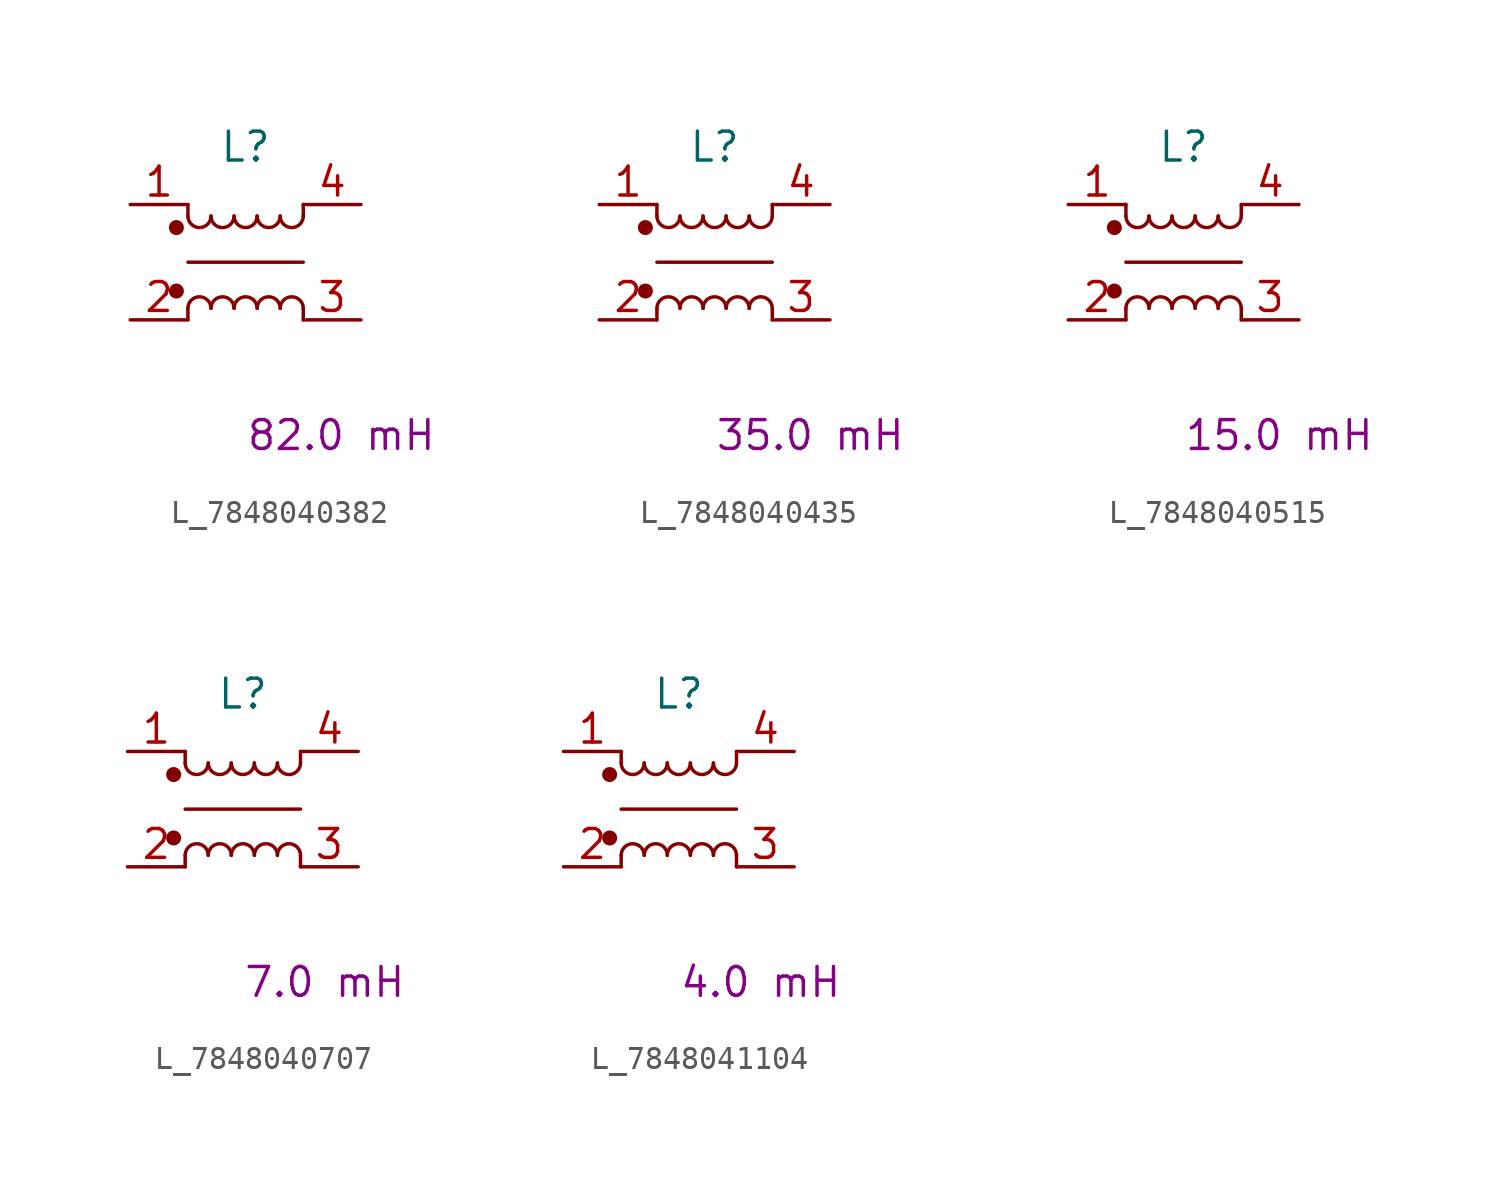
<source format=kicad_sym>
(kicad_symbol_lib
  (version 20220914)
  (generator kicad_symbol_editor)
  (symbol "L_7848040382"
    (pin_names hide)
    (property "Reference" "L"
      (at 0 5.08 0)
      (effects (font (size 1.27 1.27))))
    (property "Critical Parameter" "82.0 mH"
      (at 0 -7.62 0)
      (effects (font (size 1.27 1.27)) (justify left)))
    (symbol "L_7848040382_0_1"
      (circle (center -3.048 -1.27) (radius 0.254) (stroke (width 0) (type default)) (fill (type outline)))
      (circle (center -3.048 1.524) (radius 0.254) (stroke (width 0) (type default)) (fill (type outline)))
      (arc (start -2.54 2.032) (mid -2.032 1.5262) (end -1.524 2.032) (stroke (width 0) (type default)) (fill (type none)))
      (arc (start -1.524 -2.032) (mid -2.032 -1.5262) (end -2.54 -2.032) (stroke (width 0) (type default)) (fill (type none)))
      (arc (start -1.524 2.032) (mid -1.016 1.5262) (end -0.508 2.032) (stroke (width 0) (type default)) (fill (type none)))
      (arc (start -0.508 -2.032) (mid -1.016 -1.5262) (end -1.524 -2.032) (stroke (width 0) (type default)) (fill (type none)))
      (arc (start -0.508 2.032) (mid 0 1.5262) (end 0.508 2.032) (stroke (width 0) (type default)) (fill (type none)))
      (polyline (pts (xy -2.54 -2.032) (xy -2.54 -2.54)) (stroke (width 0) (type default)) (fill (type none)))
      (polyline (pts (xy -2.54 2.032) (xy -2.54 2.54)) (stroke (width 0) (type default)) (fill (type none)))
      (polyline (pts (xy 2.54 -2.032) (xy 2.54 -2.54)) (stroke (width 0) (type default)) (fill (type none)))
      (polyline (pts (xy 2.54 0) (xy -2.54 0)) (stroke (width 0) (type default)) (fill (type none)))
      (polyline (pts (xy 2.54 2.54) (xy 2.54 2.032)) (stroke (width 0) (type default)) (fill (type none)))
      (arc (start 0.508 -2.032) (mid 0 -1.5262) (end -0.508 -2.032) (stroke (width 0) (type default)) (fill (type none)))
      (arc (start 0.508 2.032) (mid 1.016 1.5262) (end 1.524 2.032) (stroke (width 0) (type default)) (fill (type none)))
      (arc (start 1.524 -2.032) (mid 1.016 -1.5262) (end 0.508 -2.032) (stroke (width 0) (type default)) (fill (type none)))
      (arc (start 1.524 2.032) (mid 2.032 1.5262) (end 2.54 2.032) (stroke (width 0) (type default)) (fill (type none)))
      (arc (start 2.54 -2.032) (mid 2.032 -1.5262) (end 1.524 -2.032) (stroke (width 0) (type default)) (fill (type none))))
    (symbol "L_7848040382_1_1"
      (pin passive line (at -5.08 2.54 0) (length 2.54) (name "1" (effects (font (size 1.27 1.27)))) (number "1" (effects (font (size 1.27 1.27)))))
      (pin passive line (at -5.08 -2.54 0) (length 2.54) (name "2" (effects (font (size 1.27 1.27)))) (number "2" (effects (font (size 1.27 1.27)))))
      (pin passive line (at 5.08 -2.54 180) (length 2.54) (name "3" (effects (font (size 1.27 1.27)))) (number "3" (effects (font (size 1.27 1.27)))))
      (pin passive line (at 5.08 2.54 180) (length 2.54) (name "4" (effects (font (size 1.27 1.27)))) (number "4" (effects (font (size 1.27 1.27)))))))
  (symbol "L_7848040435"
    (pin_names hide)
    (property "Reference" "L"
      (at 0 5.08 0)
      (effects (font (size 1.27 1.27))))
    (property "Critical Parameter" "35.0 mH"
      (at 0 -7.62 0)
      (effects (font (size 1.27 1.27)) (justify left)))
    (symbol "L_7848040435_0_1"
      (circle (center -3.048 -1.27) (radius 0.254) (stroke (width 0) (type default)) (fill (type outline)))
      (circle (center -3.048 1.524) (radius 0.254) (stroke (width 0) (type default)) (fill (type outline)))
      (arc (start -2.54 2.032) (mid -2.032 1.5262) (end -1.524 2.032) (stroke (width 0) (type default)) (fill (type none)))
      (arc (start -1.524 -2.032) (mid -2.032 -1.5262) (end -2.54 -2.032) (stroke (width 0) (type default)) (fill (type none)))
      (arc (start -1.524 2.032) (mid -1.016 1.5262) (end -0.508 2.032) (stroke (width 0) (type default)) (fill (type none)))
      (arc (start -0.508 -2.032) (mid -1.016 -1.5262) (end -1.524 -2.032) (stroke (width 0) (type default)) (fill (type none)))
      (arc (start -0.508 2.032) (mid 0 1.5262) (end 0.508 2.032) (stroke (width 0) (type default)) (fill (type none)))
      (polyline (pts (xy -2.54 -2.032) (xy -2.54 -2.54)) (stroke (width 0) (type default)) (fill (type none)))
      (polyline (pts (xy -2.54 2.032) (xy -2.54 2.54)) (stroke (width 0) (type default)) (fill (type none)))
      (polyline (pts (xy 2.54 -2.032) (xy 2.54 -2.54)) (stroke (width 0) (type default)) (fill (type none)))
      (polyline (pts (xy 2.54 0) (xy -2.54 0)) (stroke (width 0) (type default)) (fill (type none)))
      (polyline (pts (xy 2.54 2.54) (xy 2.54 2.032)) (stroke (width 0) (type default)) (fill (type none)))
      (arc (start 0.508 -2.032) (mid 0 -1.5262) (end -0.508 -2.032) (stroke (width 0) (type default)) (fill (type none)))
      (arc (start 0.508 2.032) (mid 1.016 1.5262) (end 1.524 2.032) (stroke (width 0) (type default)) (fill (type none)))
      (arc (start 1.524 -2.032) (mid 1.016 -1.5262) (end 0.508 -2.032) (stroke (width 0) (type default)) (fill (type none)))
      (arc (start 1.524 2.032) (mid 2.032 1.5262) (end 2.54 2.032) (stroke (width 0) (type default)) (fill (type none)))
      (arc (start 2.54 -2.032) (mid 2.032 -1.5262) (end 1.524 -2.032) (stroke (width 0) (type default)) (fill (type none))))
    (symbol "L_7848040435_1_1"
      (pin passive line (at -5.08 2.54 0) (length 2.54) (name "1" (effects (font (size 1.27 1.27)))) (number "1" (effects (font (size 1.27 1.27)))))
      (pin passive line (at -5.08 -2.54 0) (length 2.54) (name "2" (effects (font (size 1.27 1.27)))) (number "2" (effects (font (size 1.27 1.27)))))
      (pin passive line (at 5.08 -2.54 180) (length 2.54) (name "3" (effects (font (size 1.27 1.27)))) (number "3" (effects (font (size 1.27 1.27)))))
      (pin passive line (at 5.08 2.54 180) (length 2.54) (name "4" (effects (font (size 1.27 1.27)))) (number "4" (effects (font (size 1.27 1.27)))))))
  (symbol "L_7848040515"
    (pin_names hide)
    (property "Reference" "L"
      (at 0 5.08 0)
      (effects (font (size 1.27 1.27))))
    (property "Critical Parameter" "15.0 mH"
      (at 0 -7.62 0)
      (effects (font (size 1.27 1.27)) (justify left)))
    (symbol "L_7848040515_0_1"
      (circle (center -3.048 -1.27) (radius 0.254) (stroke (width 0) (type default)) (fill (type outline)))
      (circle (center -3.048 1.524) (radius 0.254) (stroke (width 0) (type default)) (fill (type outline)))
      (arc (start -2.54 2.032) (mid -2.032 1.5262) (end -1.524 2.032) (stroke (width 0) (type default)) (fill (type none)))
      (arc (start -1.524 -2.032) (mid -2.032 -1.5262) (end -2.54 -2.032) (stroke (width 0) (type default)) (fill (type none)))
      (arc (start -1.524 2.032) (mid -1.016 1.5262) (end -0.508 2.032) (stroke (width 0) (type default)) (fill (type none)))
      (arc (start -0.508 -2.032) (mid -1.016 -1.5262) (end -1.524 -2.032) (stroke (width 0) (type default)) (fill (type none)))
      (arc (start -0.508 2.032) (mid 0 1.5262) (end 0.508 2.032) (stroke (width 0) (type default)) (fill (type none)))
      (polyline (pts (xy -2.54 -2.032) (xy -2.54 -2.54)) (stroke (width 0) (type default)) (fill (type none)))
      (polyline (pts (xy -2.54 2.032) (xy -2.54 2.54)) (stroke (width 0) (type default)) (fill (type none)))
      (polyline (pts (xy 2.54 -2.032) (xy 2.54 -2.54)) (stroke (width 0) (type default)) (fill (type none)))
      (polyline (pts (xy 2.54 0) (xy -2.54 0)) (stroke (width 0) (type default)) (fill (type none)))
      (polyline (pts (xy 2.54 2.54) (xy 2.54 2.032)) (stroke (width 0) (type default)) (fill (type none)))
      (arc (start 0.508 -2.032) (mid 0 -1.5262) (end -0.508 -2.032) (stroke (width 0) (type default)) (fill (type none)))
      (arc (start 0.508 2.032) (mid 1.016 1.5262) (end 1.524 2.032) (stroke (width 0) (type default)) (fill (type none)))
      (arc (start 1.524 -2.032) (mid 1.016 -1.5262) (end 0.508 -2.032) (stroke (width 0) (type default)) (fill (type none)))
      (arc (start 1.524 2.032) (mid 2.032 1.5262) (end 2.54 2.032) (stroke (width 0) (type default)) (fill (type none)))
      (arc (start 2.54 -2.032) (mid 2.032 -1.5262) (end 1.524 -2.032) (stroke (width 0) (type default)) (fill (type none))))
    (symbol "L_7848040515_1_1"
      (pin passive line (at -5.08 2.54 0) (length 2.54) (name "1" (effects (font (size 1.27 1.27)))) (number "1" (effects (font (size 1.27 1.27)))))
      (pin passive line (at -5.08 -2.54 0) (length 2.54) (name "2" (effects (font (size 1.27 1.27)))) (number "2" (effects (font (size 1.27 1.27)))))
      (pin passive line (at 5.08 -2.54 180) (length 2.54) (name "3" (effects (font (size 1.27 1.27)))) (number "3" (effects (font (size 1.27 1.27)))))
      (pin passive line (at 5.08 2.54 180) (length 2.54) (name "4" (effects (font (size 1.27 1.27)))) (number "4" (effects (font (size 1.27 1.27)))))))
  (symbol "L_7848040707"
    (pin_names hide)
    (property "Reference" "L"
      (at 0 5.08 0)
      (effects (font (size 1.27 1.27))))
    (property "Critical Parameter" "7.0 mH"
      (at 0 -7.62 0)
      (effects (font (size 1.27 1.27)) (justify left)))
    (symbol "L_7848040707_0_1"
      (circle (center -3.048 -1.27) (radius 0.254) (stroke (width 0) (type default)) (fill (type outline)))
      (circle (center -3.048 1.524) (radius 0.254) (stroke (width 0) (type default)) (fill (type outline)))
      (arc (start -2.54 2.032) (mid -2.032 1.5262) (end -1.524 2.032) (stroke (width 0) (type default)) (fill (type none)))
      (arc (start -1.524 -2.032) (mid -2.032 -1.5262) (end -2.54 -2.032) (stroke (width 0) (type default)) (fill (type none)))
      (arc (start -1.524 2.032) (mid -1.016 1.5262) (end -0.508 2.032) (stroke (width 0) (type default)) (fill (type none)))
      (arc (start -0.508 -2.032) (mid -1.016 -1.5262) (end -1.524 -2.032) (stroke (width 0) (type default)) (fill (type none)))
      (arc (start -0.508 2.032) (mid 0 1.5262) (end 0.508 2.032) (stroke (width 0) (type default)) (fill (type none)))
      (polyline (pts (xy -2.54 -2.032) (xy -2.54 -2.54)) (stroke (width 0) (type default)) (fill (type none)))
      (polyline (pts (xy -2.54 2.032) (xy -2.54 2.54)) (stroke (width 0) (type default)) (fill (type none)))
      (polyline (pts (xy 2.54 -2.032) (xy 2.54 -2.54)) (stroke (width 0) (type default)) (fill (type none)))
      (polyline (pts (xy 2.54 0) (xy -2.54 0)) (stroke (width 0) (type default)) (fill (type none)))
      (polyline (pts (xy 2.54 2.54) (xy 2.54 2.032)) (stroke (width 0) (type default)) (fill (type none)))
      (arc (start 0.508 -2.032) (mid 0 -1.5262) (end -0.508 -2.032) (stroke (width 0) (type default)) (fill (type none)))
      (arc (start 0.508 2.032) (mid 1.016 1.5262) (end 1.524 2.032) (stroke (width 0) (type default)) (fill (type none)))
      (arc (start 1.524 -2.032) (mid 1.016 -1.5262) (end 0.508 -2.032) (stroke (width 0) (type default)) (fill (type none)))
      (arc (start 1.524 2.032) (mid 2.032 1.5262) (end 2.54 2.032) (stroke (width 0) (type default)) (fill (type none)))
      (arc (start 2.54 -2.032) (mid 2.032 -1.5262) (end 1.524 -2.032) (stroke (width 0) (type default)) (fill (type none))))
    (symbol "L_7848040707_1_1"
      (pin passive line (at -5.08 2.54 0) (length 2.54) (name "1" (effects (font (size 1.27 1.27)))) (number "1" (effects (font (size 1.27 1.27)))))
      (pin passive line (at -5.08 -2.54 0) (length 2.54) (name "2" (effects (font (size 1.27 1.27)))) (number "2" (effects (font (size 1.27 1.27)))))
      (pin passive line (at 5.08 -2.54 180) (length 2.54) (name "3" (effects (font (size 1.27 1.27)))) (number "3" (effects (font (size 1.27 1.27)))))
      (pin passive line (at 5.08 2.54 180) (length 2.54) (name "4" (effects (font (size 1.27 1.27)))) (number "4" (effects (font (size 1.27 1.27)))))))
  (symbol "L_7848041104"
    (pin_names hide)
    (property "Reference" "L"
      (at 0 5.08 0)
      (effects (font (size 1.27 1.27))))
    (property "Critical Parameter" "4.0 mH"
      (at 0 -7.62 0)
      (effects (font (size 1.27 1.27)) (justify left)))
    (symbol "L_7848041104_0_1"
      (circle (center -3.048 -1.27) (radius 0.254) (stroke (width 0) (type default)) (fill (type outline)))
      (circle (center -3.048 1.524) (radius 0.254) (stroke (width 0) (type default)) (fill (type outline)))
      (arc (start -2.54 2.032) (mid -2.032 1.5262) (end -1.524 2.032) (stroke (width 0) (type default)) (fill (type none)))
      (arc (start -1.524 -2.032) (mid -2.032 -1.5262) (end -2.54 -2.032) (stroke (width 0) (type default)) (fill (type none)))
      (arc (start -1.524 2.032) (mid -1.016 1.5262) (end -0.508 2.032) (stroke (width 0) (type default)) (fill (type none)))
      (arc (start -0.508 -2.032) (mid -1.016 -1.5262) (end -1.524 -2.032) (stroke (width 0) (type default)) (fill (type none)))
      (arc (start -0.508 2.032) (mid 0 1.5262) (end 0.508 2.032) (stroke (width 0) (type default)) (fill (type none)))
      (polyline (pts (xy -2.54 -2.032) (xy -2.54 -2.54)) (stroke (width 0) (type default)) (fill (type none)))
      (polyline (pts (xy -2.54 2.032) (xy -2.54 2.54)) (stroke (width 0) (type default)) (fill (type none)))
      (polyline (pts (xy 2.54 -2.032) (xy 2.54 -2.54)) (stroke (width 0) (type default)) (fill (type none)))
      (polyline (pts (xy 2.54 0) (xy -2.54 0)) (stroke (width 0) (type default)) (fill (type none)))
      (polyline (pts (xy 2.54 2.54) (xy 2.54 2.032)) (stroke (width 0) (type default)) (fill (type none)))
      (arc (start 0.508 -2.032) (mid 0 -1.5262) (end -0.508 -2.032) (stroke (width 0) (type default)) (fill (type none)))
      (arc (start 0.508 2.032) (mid 1.016 1.5262) (end 1.524 2.032) (stroke (width 0) (type default)) (fill (type none)))
      (arc (start 1.524 -2.032) (mid 1.016 -1.5262) (end 0.508 -2.032) (stroke (width 0) (type default)) (fill (type none)))
      (arc (start 1.524 2.032) (mid 2.032 1.5262) (end 2.54 2.032) (stroke (width 0) (type default)) (fill (type none)))
      (arc (start 2.54 -2.032) (mid 2.032 -1.5262) (end 1.524 -2.032) (stroke (width 0) (type default)) (fill (type none))))
    (symbol "L_7848041104_1_1"
      (pin passive line (at -5.08 2.54 0) (length 2.54) (name "1" (effects (font (size 1.27 1.27)))) (number "1" (effects (font (size 1.27 1.27)))))
      (pin passive line (at -5.08 -2.54 0) (length 2.54) (name "2" (effects (font (size 1.27 1.27)))) (number "2" (effects (font (size 1.27 1.27)))))
      (pin passive line (at 5.08 -2.54 180) (length 2.54) (name "3" (effects (font (size 1.27 1.27)))) (number "3" (effects (font (size 1.27 1.27)))))
      (pin passive line (at 5.08 2.54 180) (length 2.54) (name "4" (effects (font (size 1.27 1.27)))) (number "4" (effects (font (size 1.27 1.27))))))))
</source>
